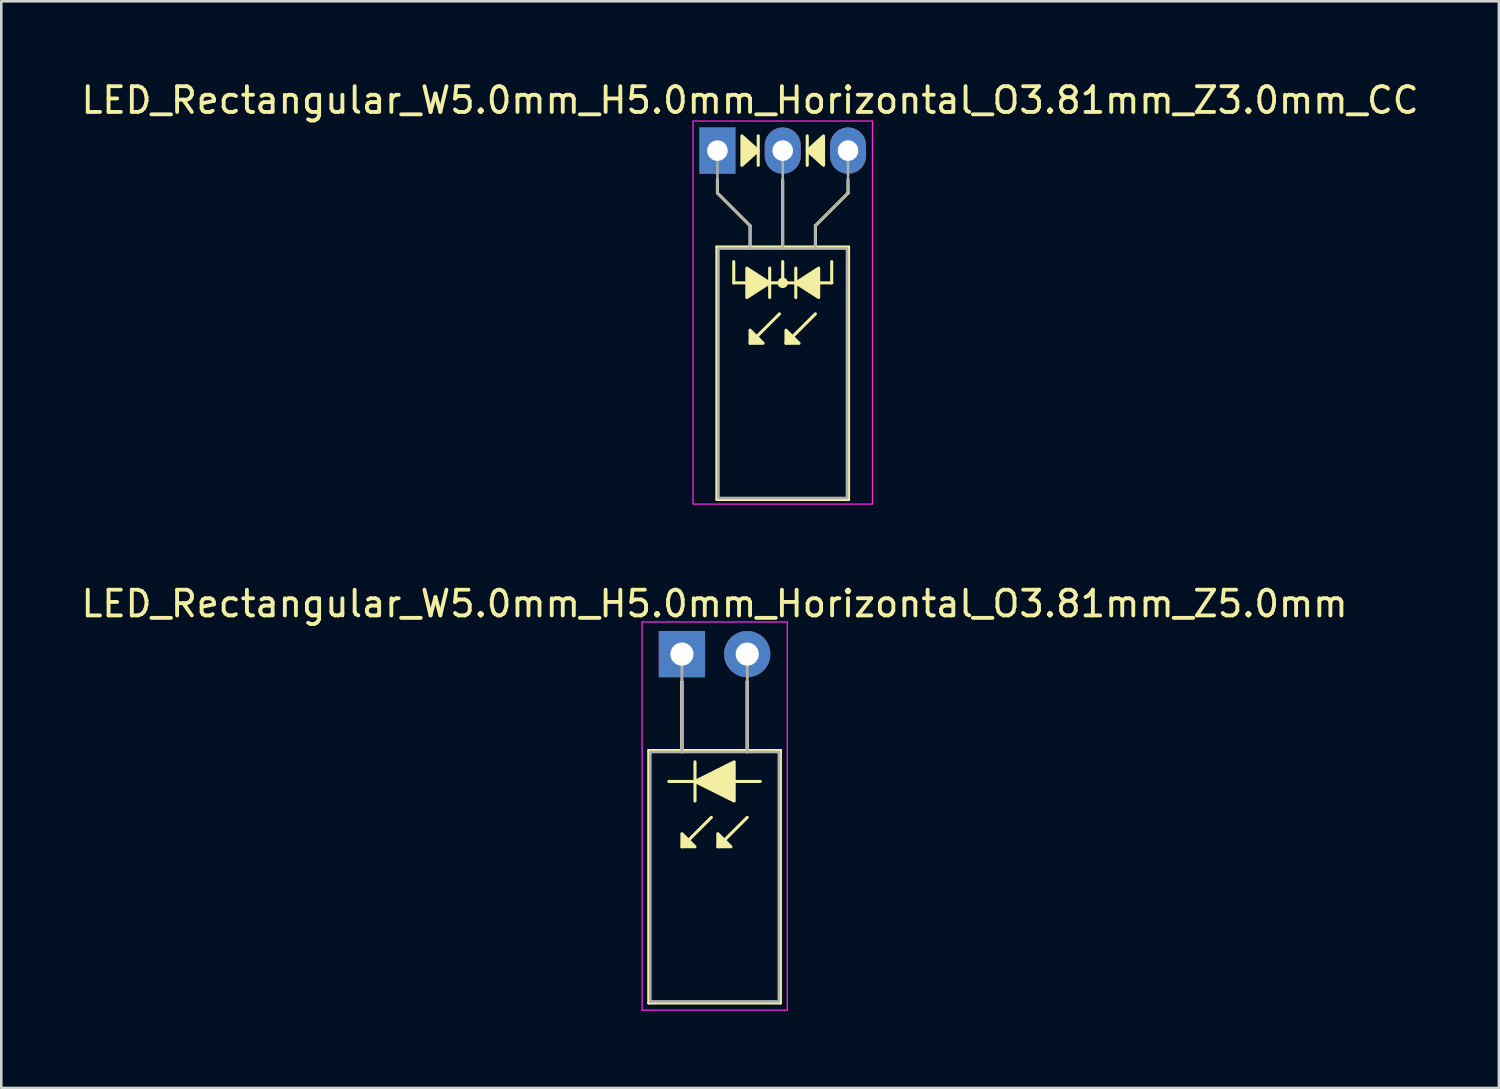
<source format=kicad_pcb>
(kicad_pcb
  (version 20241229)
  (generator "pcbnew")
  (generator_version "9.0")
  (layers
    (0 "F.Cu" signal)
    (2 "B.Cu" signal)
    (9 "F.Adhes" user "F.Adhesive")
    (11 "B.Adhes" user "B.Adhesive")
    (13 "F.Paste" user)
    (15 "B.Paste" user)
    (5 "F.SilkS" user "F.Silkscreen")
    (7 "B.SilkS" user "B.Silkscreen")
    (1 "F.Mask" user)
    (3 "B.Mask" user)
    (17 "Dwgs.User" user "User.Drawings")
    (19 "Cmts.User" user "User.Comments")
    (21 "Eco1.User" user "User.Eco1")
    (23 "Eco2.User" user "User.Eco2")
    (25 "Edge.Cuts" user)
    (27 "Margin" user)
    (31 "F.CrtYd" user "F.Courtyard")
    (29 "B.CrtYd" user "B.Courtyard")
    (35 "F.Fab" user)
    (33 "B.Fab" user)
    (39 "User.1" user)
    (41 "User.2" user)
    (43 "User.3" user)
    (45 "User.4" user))
  (footprint "LED_Rectangular_W5.0mm_H5.0mm_Horizontal_O3.81mm_Z3.0mm_CC"
    (layer "F.Cu")
    (at 24.855 2.808)
    (property "Reference" "LED_Rectangular_W5.0mm_H5.0mm_Horizontal_O3.81mm_Z3.0mm_CC" (at 1.27 -1.96 0) (layer "F.SilkS") (effects (font (size 1 1) (thickness 0.15))))
    (fp_line (start -0.02 3.75) (end -0.02 13.57) (stroke (width 0.12) (type solid)) (layer "F.SilkS"))
    (fp_line (start -0.02 13.57) (end 5.1 13.57) (stroke (width 0.12) (type solid)) (layer "F.SilkS"))
    (fp_line (start 0 1.143) (end 0 1.651) (stroke (width 0.12) (type default)) (layer "F.SilkS"))
    (fp_line (start 0 1.651) (end 1.27 2.921) (stroke (width 0.12) (type default)) (layer "F.SilkS"))
    (fp_line (start 0.635 5.144) (end 0.635 4.318) (stroke (width 0.12) (type default)) (layer "F.SilkS"))
    (fp_line (start 0.635 5.144) (end 4.445 5.144) (stroke (width 0.12) (type default)) (layer "F.SilkS"))
    (fp_line (start 1.27 2.921) (end 1.27 3.75) (stroke (width 0.12) (type default)) (layer "F.SilkS"))
    (fp_line (start 1.27 3.75) (end 1.27 3.75) (stroke (width 0.12) (type solid)) (layer "F.SilkS"))
    (fp_line (start 1.587 0.572) (end 1.587 -0.572) (stroke (width 0.12) (type solid)) (layer "F.SilkS"))
    (fp_line (start 2.032 5.715) (end 2.032 4.572) (stroke (width 0.12) (type solid)) (layer "F.SilkS"))
    (fp_line (start 2.413 6.35) (end 1.27 7.493) (stroke (width 0.12) (type solid)) (layer "F.SilkS"))
    (fp_line (start 2.54 3.75) (end 2.54 1.143) (stroke (width 0.12) (type default)) (layer "F.SilkS"))
    (fp_line (start 2.54 5.144) (end 2.54 4.318) (stroke (width 0.12) (type default)) (layer "F.SilkS"))
    (fp_line (start 3.048 4.572) (end 3.048 5.715) (stroke (width 0.12) (type solid)) (layer "F.SilkS"))
    (fp_line (start 3.493 -0.572) (end 3.493 0.572) (stroke (width 0.12) (type solid)) (layer "F.SilkS"))
    (fp_line (start 3.81 2.921) (end 3.81 3.75) (stroke (width 0.12) (type default)) (layer "F.SilkS"))
    (fp_line (start 3.81 3.75) (end 3.81 3.75) (stroke (width 0.12) (type solid)) (layer "F.SilkS"))
    (fp_line (start 3.81 6.35) (end 2.667 7.493) (stroke (width 0.12) (type solid)) (layer "F.SilkS"))
    (fp_line (start 4.445 5.144) (end 4.445 4.318) (stroke (width 0.12) (type default)) (layer "F.SilkS"))
    (fp_line (start 5.08 1.143) (end 5.08 1.651) (stroke (width 0.12) (type default)) (layer "F.SilkS"))
    (fp_line (start 5.08 1.651) (end 3.81 2.921) (stroke (width 0.12) (type default)) (layer "F.SilkS"))
    (fp_line (start 5.1 3.75) (end -0.02 3.75) (stroke (width 0.12) (type solid)) (layer "F.SilkS"))
    (fp_line (start 5.1 13.57) (end 5.1 3.75) (stroke (width 0.12) (type solid)) (layer "F.SilkS"))
    (fp_circle (center 2.54 5.144) (end 2.682 5.144) (stroke (width 0.12) (type solid)) (fill yes) (layer "F.SilkS"))
    (fp_poly (pts (xy 0.953 -0.572) (xy 1.587 0) (xy 0.953 0.572)) (stroke (width 0.12) (type solid)) (fill yes) (layer "F.SilkS"))
    (fp_poly (pts (xy 1.143 4.572) (xy 2.032 5.144) (xy 1.143 5.715)) (stroke (width 0.12) (type solid)) (fill yes) (layer "F.SilkS"))
    (fp_poly (pts (xy 1.27 6.985) (xy 1.778 7.493) (xy 1.27 7.493)) (stroke (width 0.12) (type solid)) (fill yes) (layer "F.SilkS"))
    (fp_poly (pts (xy 2.667 6.985) (xy 3.175 7.493) (xy 2.667 7.493)) (stroke (width 0.12) (type solid)) (fill yes) (layer "F.SilkS"))
    (fp_poly (pts (xy 3.937 5.715) (xy 3.048 5.144) (xy 3.937 4.572)) (stroke (width 0.12) (type solid)) (fill yes) (layer "F.SilkS"))
    (fp_poly (pts (xy 4.128 0.572) (xy 3.493 0) (xy 4.128 -0.572)) (stroke (width 0.12) (type solid)) (fill yes) (layer "F.SilkS"))
    (fp_rect (start -0.95 -1.15) (end 6.03 13.75) (stroke (width 0.05) (type default)) (fill no) (layer "F.CrtYd"))
    (fp_line (start 0 0) (end 0 0) (stroke (width 0.1) (type solid)) (layer "F.Fab"))
    (fp_line (start 0 1.651) (end 0 0) (stroke (width 0.1) (type default)) (layer "F.Fab"))
    (fp_line (start 0.04 3.81) (end 0.04 13.51) (stroke (width 0.1) (type solid)) (layer "F.Fab"))
    (fp_line (start 0.04 13.51) (end 5.04 13.51) (stroke (width 0.1) (type solid)) (layer "F.Fab"))
    (fp_line (start 1.27 2.921) (end 0 1.651) (stroke (width 0.1) (type default)) (layer "F.Fab"))
    (fp_line (start 1.27 2.921) (end 1.27 3.81) (stroke (width 0.1) (type default)) (layer "F.Fab"))
    (fp_line (start 1.27 3.81) (end 1.27 3.81) (stroke (width 0.1) (type solid)) (layer "F.Fab"))
    (fp_line (start 2.54 0) (end 2.54 0) (stroke (width 0.1) (type solid)) (layer "F.Fab"))
    (fp_line (start 2.54 0) (end 2.54 3.81) (stroke (width 0.1) (type default)) (layer "F.Fab"))
    (fp_line (start 3.81 2.921) (end 3.81 3.81) (stroke (width 0.1) (type default)) (layer "F.Fab"))
    (fp_line (start 3.81 2.921) (end 5.08 1.651) (stroke (width 0.1) (type default)) (layer "F.Fab"))
    (fp_line (start 3.81 3.81) (end 3.81 3.81) (stroke (width 0.1) (type solid)) (layer "F.Fab"))
    (fp_line (start 5.04 3.81) (end 0.04 3.81) (stroke (width 0.1) (type solid)) (layer "F.Fab"))
    (fp_line (start 5.04 13.51) (end 5.04 3.81) (stroke (width 0.1) (type solid)) (layer "F.Fab"))
    (fp_line (start 5.08 1.651) (end 5.08 0) (stroke (width 0.1) (type default)) (layer "F.Fab"))
    (pad "1" thru_hole rect (at 0 0) (size 1.4 1.8) (drill 0.8) (layers "*.Cu" "*.Mask"))
    (pad "2" thru_hole oval (at 2.54 0) (size 1.4 1.8) (drill 0.8) (layers "*.Cu" "*.Mask"))
    (pad "3" thru_hole oval (at 5.08 0) (size 1.4 1.8) (drill 0.8) (layers "*.Cu" "*.Mask")))
  (footprint "LED_Rectangular_W5.0mm_H5.0mm_Horizontal_O3.81mm_Z5.0mm"
    (layer "F.Cu")
    (at 23.474 22.392)
    (property "Reference" "LED_Rectangular_W5.0mm_H5.0mm_Horizontal_O3.81mm_Z5.0mm" (at 1.27 -1.96 0) (layer "F.SilkS") (effects (font (size 1 1) (thickness 0.15))))
    (fp_line (start -1.29 3.75) (end -1.29 13.57) (stroke (width 0.12) (type solid)) (layer "F.SilkS"))
    (fp_line (start -1.29 13.57) (end 3.83 13.57) (stroke (width 0.12) (type solid)) (layer "F.SilkS"))
    (fp_line (start 0 1.08) (end 0 1.08) (stroke (width 0.12) (type solid)) (layer "F.SilkS"))
    (fp_line (start 0 1.08) (end 0 3.75) (stroke (width 0.12) (type solid)) (layer "F.SilkS"))
    (fp_line (start 0 3.75) (end 0 1.08) (stroke (width 0.12) (type solid)) (layer "F.SilkS"))
    (fp_line (start 0 3.75) (end 0 3.75) (stroke (width 0.12) (type solid)) (layer "F.SilkS"))
    (fp_line (start 0.508 4.191) (end 0.508 5.715) (stroke (width 0.12) (type solid)) (layer "F.SilkS"))
    (fp_line (start 0.508 4.953) (end -0.508 4.953) (stroke (width 0.12) (type solid)) (layer "F.SilkS"))
    (fp_line (start 1.143 6.35) (end 0 7.493) (stroke (width 0.12) (type solid)) (layer "F.SilkS"))
    (fp_line (start 2.54 1.08) (end 2.54 1.08) (stroke (width 0.12) (type solid)) (layer "F.SilkS"))
    (fp_line (start 2.54 1.08) (end 2.54 3.75) (stroke (width 0.12) (type solid)) (layer "F.SilkS"))
    (fp_line (start 2.54 3.75) (end 2.54 1.08) (stroke (width 0.12) (type solid)) (layer "F.SilkS"))
    (fp_line (start 2.54 3.75) (end 2.54 3.75) (stroke (width 0.12) (type solid)) (layer "F.SilkS"))
    (fp_line (start 2.54 6.35) (end 1.397 7.493) (stroke (width 0.12) (type solid)) (layer "F.SilkS"))
    (fp_line (start 3.048 4.953) (end 2.032 4.953) (stroke (width 0.12) (type solid)) (layer "F.SilkS"))
    (fp_line (start 3.83 3.75) (end -1.29 3.75) (stroke (width 0.12) (type solid)) (layer "F.SilkS"))
    (fp_line (start 3.83 13.57) (end 3.83 3.75) (stroke (width 0.12) (type solid)) (layer "F.SilkS"))
    (fp_poly (pts (xy 0 6.985) (xy 0.508 7.493) (xy 0 7.493)) (stroke (width 0.12) (type solid)) (fill yes) (layer "F.SilkS"))
    (fp_poly (pts (xy 1.397 6.985) (xy 1.905 7.493) (xy 1.397 7.493)) (stroke (width 0.12) (type solid)) (fill yes) (layer "F.SilkS"))
    (fp_poly (pts (xy 2.032 5.715) (xy 0.508 4.953) (xy 2.032 4.191)) (stroke (width 0.12) (type solid)) (fill yes) (layer "F.SilkS"))
    (fp_line (start -1.55 -1.25) (end -1.55 13.85) (stroke (width 0.05) (type solid)) (layer "F.CrtYd"))
    (fp_line (start -1.55 13.85) (end 4.1 13.85) (stroke (width 0.05) (type solid)) (layer "F.CrtYd"))
    (fp_line (start 4.1 -1.25) (end -1.55 -1.25) (stroke (width 0.05) (type solid)) (layer "F.CrtYd"))
    (fp_line (start 4.1 13.85) (end 4.1 -1.25) (stroke (width 0.05) (type solid)) (layer "F.CrtYd"))
    (fp_line (start -1.23 3.81) (end -1.23 13.51) (stroke (width 0.1) (type solid)) (layer "F.Fab"))
    (fp_line (start -1.23 13.51) (end 3.77 13.51) (stroke (width 0.1) (type solid)) (layer "F.Fab"))
    (fp_line (start 0 0) (end 0 0) (stroke (width 0.1) (type solid)) (layer "F.Fab"))
    (fp_line (start 0 0) (end 0 3.81) (stroke (width 0.1) (type solid)) (layer "F.Fab"))
    (fp_line (start 0 3.81) (end 0 0) (stroke (width 0.1) (type solid)) (layer "F.Fab"))
    (fp_line (start 0 3.81) (end 0 3.81) (stroke (width 0.1) (type solid)) (layer "F.Fab"))
    (fp_line (start 2.54 0) (end 2.54 0) (stroke (width 0.1) (type solid)) (layer "F.Fab"))
    (fp_line (start 2.54 0) (end 2.54 3.81) (stroke (width 0.1) (type solid)) (layer "F.Fab"))
    (fp_line (start 2.54 3.81) (end 2.54 0) (stroke (width 0.1) (type solid)) (layer "F.Fab"))
    (fp_line (start 2.54 3.81) (end 2.54 3.81) (stroke (width 0.1) (type solid)) (layer "F.Fab"))
    (fp_line (start 3.77 3.81) (end -1.23 3.81) (stroke (width 0.1) (type solid)) (layer "F.Fab"))
    (fp_line (start 3.77 13.51) (end 3.77 3.81) (stroke (width 0.1) (type solid)) (layer "F.Fab"))
    (pad "1" thru_hole rect (at 0 0) (size 1.8 1.8) (drill 0.9) (layers "*.Cu" "*.Mask"))
    (pad "2" thru_hole circle (at 2.54 0) (size 1.8 1.8) (drill 0.9) (layers "*.Cu" "*.Mask")))
  (gr_rect
    (start -3 -3)
    (end 55.25 39.267)
    (stroke (width 0.1) (type default))
    (fill no)
    (layer "Edge.Cuts")))
</source>
